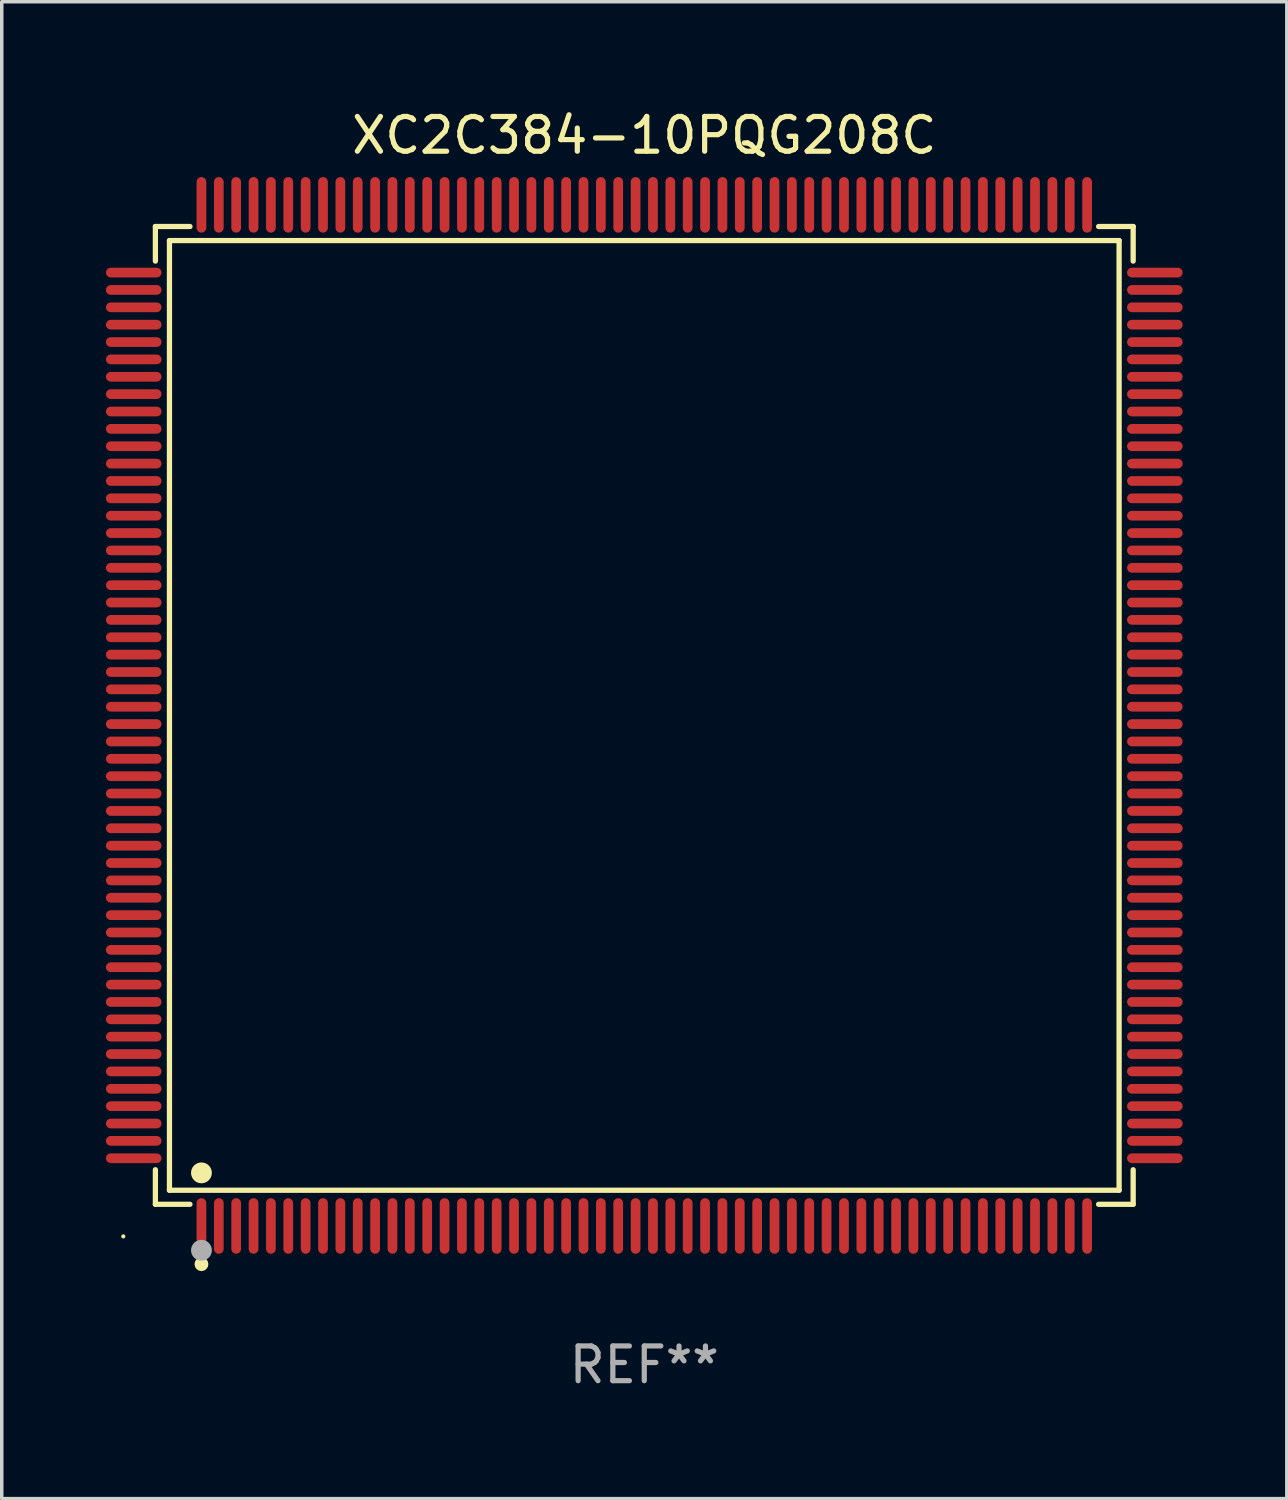
<source format=kicad_pcb>
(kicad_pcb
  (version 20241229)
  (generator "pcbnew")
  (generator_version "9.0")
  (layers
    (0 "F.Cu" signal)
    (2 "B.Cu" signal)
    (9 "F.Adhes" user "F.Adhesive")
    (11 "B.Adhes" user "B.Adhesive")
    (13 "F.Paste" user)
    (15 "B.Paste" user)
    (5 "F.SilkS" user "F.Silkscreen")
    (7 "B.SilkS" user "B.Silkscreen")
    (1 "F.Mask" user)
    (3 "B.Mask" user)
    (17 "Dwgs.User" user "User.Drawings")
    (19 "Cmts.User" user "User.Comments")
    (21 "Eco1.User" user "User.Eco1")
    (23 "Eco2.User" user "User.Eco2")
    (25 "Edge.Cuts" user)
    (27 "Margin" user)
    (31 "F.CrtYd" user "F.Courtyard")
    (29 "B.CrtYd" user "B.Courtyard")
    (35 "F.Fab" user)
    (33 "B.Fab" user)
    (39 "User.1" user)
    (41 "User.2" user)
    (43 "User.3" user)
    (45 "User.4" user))
  (footprint "XC2C384-10PQG208C"
    (layer "F.Cu")
    (at 15.5 17.548)
    (property "Reference" "XC2C384-10PQG208C" (at 0 -16.7 0) (layer "F.SilkS") (effects (font (size 1 1) (thickness 0.15))))
    (attr through_hole)
    (fp_line (start -14.076 -14.076) (end -13.081 -14.076) (stroke (width 0.152) (type solid)) (layer "F.SilkS"))
    (fp_line (start -14.076 -13.081) (end -14.076 -14.076) (stroke (width 0.152) (type solid)) (layer "F.SilkS"))
    (fp_line (start -14.076 13.081) (end -14.076 14.076) (stroke (width 0.152) (type solid)) (layer "F.SilkS"))
    (fp_line (start -14.076 14.076) (end -13.081 14.076) (stroke (width 0.152) (type solid)) (layer "F.SilkS"))
    (fp_line (start -13.671 -13.671) (end 13.671 -13.671) (stroke (width 0.152) (type solid)) (layer "F.SilkS"))
    (fp_line (start -13.671 13.671) (end -13.671 -13.671) (stroke (width 0.152) (type solid)) (layer "F.SilkS"))
    (fp_line (start 13.671 -13.671) (end 13.671 13.671) (stroke (width 0.152) (type solid)) (layer "F.SilkS"))
    (fp_line (start 13.671 13.671) (end -13.671 13.671) (stroke (width 0.152) (type solid)) (layer "F.SilkS"))
    (fp_line (start 14.076 -14.076) (end 13.081 -14.076) (stroke (width 0.152) (type solid)) (layer "F.SilkS"))
    (fp_line (start 14.076 -13.081) (end 14.076 -14.076) (stroke (width 0.152) (type solid)) (layer "F.SilkS"))
    (fp_line (start 14.076 13.081) (end 14.076 14.076) (stroke (width 0.152) (type solid)) (layer "F.SilkS"))
    (fp_line (start 14.076 14.076) (end 13.081 14.076) (stroke (width 0.152) (type solid)) (layer "F.SilkS"))
    (fp_circle (center -15 15) (end -14.97 15) (stroke (width 0.06) (type solid)) (fill no) (layer "F.SilkS"))
    (fp_circle (center -12.75 13.171) (end -12.6 13.171) (stroke (width 0.3) (type solid)) (fill no) (layer "F.SilkS"))
    (fp_circle (center -12.75 15.8) (end -12.65 15.8) (stroke (width 0.2) (type solid)) (fill no) (layer "F.SilkS"))
    (fp_circle (center -12.75 15.4) (end -12.6 15.4) (stroke (width 0.3) (type solid)) (fill no) (layer "F.Fab"))
    (fp_text user "REF**" (at 0 18.7 0) (layer "F.Fab") (effects (font (size 1 1) (thickness 0.15))))
    (pad "1" smd oval (at -12.75 14.7) (size 0.28 1.6) (layers "F.Cu" "F.Mask" "F.Paste"))
    (pad "2" smd oval (at -12.25 14.7) (size 0.28 1.6) (layers "F.Cu" "F.Mask" "F.Paste"))
    (pad "3" smd oval (at -11.75 14.7) (size 0.28 1.6) (layers "F.Cu" "F.Mask" "F.Paste"))
    (pad "4" smd oval (at -11.25 14.7) (size 0.28 1.6) (layers "F.Cu" "F.Mask" "F.Paste"))
    (pad "5" smd oval (at -10.75 14.7) (size 0.28 1.6) (layers "F.Cu" "F.Mask" "F.Paste"))
    (pad "6" smd oval (at -10.25 14.7) (size 0.28 1.6) (layers "F.Cu" "F.Mask" "F.Paste"))
    (pad "7" smd oval (at -9.75 14.7) (size 0.28 1.6) (layers "F.Cu" "F.Mask" "F.Paste"))
    (pad "8" smd oval (at -9.25 14.7) (size 0.28 1.6) (layers "F.Cu" "F.Mask" "F.Paste"))
    (pad "9" smd oval (at -8.75 14.7) (size 0.28 1.6) (layers "F.Cu" "F.Mask" "F.Paste"))
    (pad "10" smd oval (at -8.25 14.7) (size 0.28 1.6) (layers "F.Cu" "F.Mask" "F.Paste"))
    (pad "11" smd oval (at -7.75 14.7) (size 0.28 1.6) (layers "F.Cu" "F.Mask" "F.Paste"))
    (pad "12" smd oval (at -7.25 14.7) (size 0.28 1.6) (layers "F.Cu" "F.Mask" "F.Paste"))
    (pad "13" smd oval (at -6.75 14.7) (size 0.28 1.6) (layers "F.Cu" "F.Mask" "F.Paste"))
    (pad "14" smd oval (at -6.25 14.7) (size 0.28 1.6) (layers "F.Cu" "F.Mask" "F.Paste"))
    (pad "15" smd oval (at -5.75 14.7) (size 0.28 1.6) (layers "F.Cu" "F.Mask" "F.Paste"))
    (pad "16" smd oval (at -5.25 14.7) (size 0.28 1.6) (layers "F.Cu" "F.Mask" "F.Paste"))
    (pad "17" smd oval (at -4.75 14.7) (size 0.28 1.6) (layers "F.Cu" "F.Mask" "F.Paste"))
    (pad "18" smd oval (at -4.25 14.7) (size 0.28 1.6) (layers "F.Cu" "F.Mask" "F.Paste"))
    (pad "19" smd oval (at -3.75 14.7) (size 0.28 1.6) (layers "F.Cu" "F.Mask" "F.Paste"))
    (pad "20" smd oval (at -3.25 14.7) (size 0.28 1.6) (layers "F.Cu" "F.Mask" "F.Paste"))
    (pad "21" smd oval (at -2.75 14.7) (size 0.28 1.6) (layers "F.Cu" "F.Mask" "F.Paste"))
    (pad "22" smd oval (at -2.25 14.7) (size 0.28 1.6) (layers "F.Cu" "F.Mask" "F.Paste"))
    (pad "23" smd oval (at -1.75 14.7) (size 0.28 1.6) (layers "F.Cu" "F.Mask" "F.Paste"))
    (pad "24" smd oval (at -1.25 14.7) (size 0.28 1.6) (layers "F.Cu" "F.Mask" "F.Paste"))
    (pad "25" smd oval (at -0.75 14.7) (size 0.28 1.6) (layers "F.Cu" "F.Mask" "F.Paste"))
    (pad "26" smd oval (at -0.25 14.7) (size 0.28 1.6) (layers "F.Cu" "F.Mask" "F.Paste"))
    (pad "27" smd oval (at 0.25 14.7) (size 0.28 1.6) (layers "F.Cu" "F.Mask" "F.Paste"))
    (pad "28" smd oval (at 0.75 14.7) (size 0.28 1.6) (layers "F.Cu" "F.Mask" "F.Paste"))
    (pad "29" smd oval (at 1.25 14.7) (size 0.28 1.6) (layers "F.Cu" "F.Mask" "F.Paste"))
    (pad "30" smd oval (at 1.75 14.7) (size 0.28 1.6) (layers "F.Cu" "F.Mask" "F.Paste"))
    (pad "31" smd oval (at 2.25 14.7) (size 0.28 1.6) (layers "F.Cu" "F.Mask" "F.Paste"))
    (pad "32" smd oval (at 2.75 14.7) (size 0.28 1.6) (layers "F.Cu" "F.Mask" "F.Paste"))
    (pad "33" smd oval (at 3.25 14.7) (size 0.28 1.6) (layers "F.Cu" "F.Mask" "F.Paste"))
    (pad "34" smd oval (at 3.75 14.7) (size 0.28 1.6) (layers "F.Cu" "F.Mask" "F.Paste"))
    (pad "35" smd oval (at 4.25 14.7) (size 0.28 1.6) (layers "F.Cu" "F.Mask" "F.Paste"))
    (pad "36" smd oval (at 4.75 14.7) (size 0.28 1.6) (layers "F.Cu" "F.Mask" "F.Paste"))
    (pad "37" smd oval (at 5.25 14.7) (size 0.28 1.6) (layers "F.Cu" "F.Mask" "F.Paste"))
    (pad "38" smd oval (at 5.75 14.7) (size 0.28 1.6) (layers "F.Cu" "F.Mask" "F.Paste"))
    (pad "39" smd oval (at 6.25 14.7) (size 0.28 1.6) (layers "F.Cu" "F.Mask" "F.Paste"))
    (pad "40" smd oval (at 6.75 14.7) (size 0.28 1.6) (layers "F.Cu" "F.Mask" "F.Paste"))
    (pad "41" smd oval (at 7.25 14.7) (size 0.28 1.6) (layers "F.Cu" "F.Mask" "F.Paste"))
    (pad "42" smd oval (at 7.75 14.7) (size 0.28 1.6) (layers "F.Cu" "F.Mask" "F.Paste"))
    (pad "43" smd oval (at 8.25 14.7) (size 0.28 1.6) (layers "F.Cu" "F.Mask" "F.Paste"))
    (pad "44" smd oval (at 8.75 14.7) (size 0.28 1.6) (layers "F.Cu" "F.Mask" "F.Paste"))
    (pad "45" smd oval (at 9.25 14.7) (size 0.28 1.6) (layers "F.Cu" "F.Mask" "F.Paste"))
    (pad "46" smd oval (at 9.75 14.7) (size 0.28 1.6) (layers "F.Cu" "F.Mask" "F.Paste"))
    (pad "47" smd oval (at 10.25 14.7) (size 0.28 1.6) (layers "F.Cu" "F.Mask" "F.Paste"))
    (pad "48" smd oval (at 10.75 14.7) (size 0.28 1.6) (layers "F.Cu" "F.Mask" "F.Paste"))
    (pad "49" smd oval (at 11.25 14.7) (size 0.28 1.6) (layers "F.Cu" "F.Mask" "F.Paste"))
    (pad "50" smd oval (at 11.75 14.7) (size 0.28 1.6) (layers "F.Cu" "F.Mask" "F.Paste"))
    (pad "51" smd oval (at 12.25 14.7) (size 0.28 1.6) (layers "F.Cu" "F.Mask" "F.Paste"))
    (pad "52" smd oval (at 12.75 14.7) (size 0.28 1.6) (layers "F.Cu" "F.Mask" "F.Paste"))
    (pad "53" smd oval (at 14.7 12.75) (size 1.6 0.28) (layers "F.Cu" "F.Mask" "F.Paste"))
    (pad "54" smd oval (at 14.7 12.25) (size 1.6 0.28) (layers "F.Cu" "F.Mask" "F.Paste"))
    (pad "55" smd oval (at 14.7 11.75) (size 1.6 0.28) (layers "F.Cu" "F.Mask" "F.Paste"))
    (pad "56" smd oval (at 14.7 11.25) (size 1.6 0.28) (layers "F.Cu" "F.Mask" "F.Paste"))
    (pad "57" smd oval (at 14.7 10.75) (size 1.6 0.28) (layers "F.Cu" "F.Mask" "F.Paste"))
    (pad "58" smd oval (at 14.7 10.25) (size 1.6 0.28) (layers "F.Cu" "F.Mask" "F.Paste"))
    (pad "59" smd oval (at 14.7 9.75) (size 1.6 0.28) (layers "F.Cu" "F.Mask" "F.Paste"))
    (pad "60" smd oval (at 14.7 9.25) (size 1.6 0.28) (layers "F.Cu" "F.Mask" "F.Paste"))
    (pad "61" smd oval (at 14.7 8.75) (size 1.6 0.28) (layers "F.Cu" "F.Mask" "F.Paste"))
    (pad "62" smd oval (at 14.7 8.25) (size 1.6 0.28) (layers "F.Cu" "F.Mask" "F.Paste"))
    (pad "63" smd oval (at 14.7 7.75) (size 1.6 0.28) (layers "F.Cu" "F.Mask" "F.Paste"))
    (pad "64" smd oval (at 14.7 7.25) (size 1.6 0.28) (layers "F.Cu" "F.Mask" "F.Paste"))
    (pad "65" smd oval (at 14.7 6.75) (size 1.6 0.28) (layers "F.Cu" "F.Mask" "F.Paste"))
    (pad "66" smd oval (at 14.7 6.25) (size 1.6 0.28) (layers "F.Cu" "F.Mask" "F.Paste"))
    (pad "67" smd oval (at 14.7 5.75) (size 1.6 0.28) (layers "F.Cu" "F.Mask" "F.Paste"))
    (pad "68" smd oval (at 14.7 5.25) (size 1.6 0.28) (layers "F.Cu" "F.Mask" "F.Paste"))
    (pad "69" smd oval (at 14.7 4.75) (size 1.6 0.28) (layers "F.Cu" "F.Mask" "F.Paste"))
    (pad "70" smd oval (at 14.7 4.25) (size 1.6 0.28) (layers "F.Cu" "F.Mask" "F.Paste"))
    (pad "71" smd oval (at 14.7 3.75) (size 1.6 0.28) (layers "F.Cu" "F.Mask" "F.Paste"))
    (pad "72" smd oval (at 14.7 3.25) (size 1.6 0.28) (layers "F.Cu" "F.Mask" "F.Paste"))
    (pad "73" smd oval (at 14.7 2.75) (size 1.6 0.28) (layers "F.Cu" "F.Mask" "F.Paste"))
    (pad "74" smd oval (at 14.7 2.25) (size 1.6 0.28) (layers "F.Cu" "F.Mask" "F.Paste"))
    (pad "75" smd oval (at 14.7 1.75) (size 1.6 0.28) (layers "F.Cu" "F.Mask" "F.Paste"))
    (pad "76" smd oval (at 14.7 1.25) (size 1.6 0.28) (layers "F.Cu" "F.Mask" "F.Paste"))
    (pad "77" smd oval (at 14.7 0.75) (size 1.6 0.28) (layers "F.Cu" "F.Mask" "F.Paste"))
    (pad "78" smd oval (at 14.7 0.25) (size 1.6 0.28) (layers "F.Cu" "F.Mask" "F.Paste"))
    (pad "79" smd oval (at 14.7 -0.25) (size 1.6 0.28) (layers "F.Cu" "F.Mask" "F.Paste"))
    (pad "80" smd oval (at 14.7 -0.75) (size 1.6 0.28) (layers "F.Cu" "F.Mask" "F.Paste"))
    (pad "81" smd oval (at 14.7 -1.25) (size 1.6 0.28) (layers "F.Cu" "F.Mask" "F.Paste"))
    (pad "82" smd oval (at 14.7 -1.75) (size 1.6 0.28) (layers "F.Cu" "F.Mask" "F.Paste"))
    (pad "83" smd oval (at 14.7 -2.25) (size 1.6 0.28) (layers "F.Cu" "F.Mask" "F.Paste"))
    (pad "84" smd oval (at 14.7 -2.75) (size 1.6 0.28) (layers "F.Cu" "F.Mask" "F.Paste"))
    (pad "85" smd oval (at 14.7 -3.25) (size 1.6 0.28) (layers "F.Cu" "F.Mask" "F.Paste"))
    (pad "86" smd oval (at 14.7 -3.75) (size 1.6 0.28) (layers "F.Cu" "F.Mask" "F.Paste"))
    (pad "87" smd oval (at 14.7 -4.25) (size 1.6 0.28) (layers "F.Cu" "F.Mask" "F.Paste"))
    (pad "88" smd oval (at 14.7 -4.75) (size 1.6 0.28) (layers "F.Cu" "F.Mask" "F.Paste"))
    (pad "89" smd oval (at 14.7 -5.25) (size 1.6 0.28) (layers "F.Cu" "F.Mask" "F.Paste"))
    (pad "90" smd oval (at 14.7 -5.75) (size 1.6 0.28) (layers "F.Cu" "F.Mask" "F.Paste"))
    (pad "91" smd oval (at 14.7 -6.25) (size 1.6 0.28) (layers "F.Cu" "F.Mask" "F.Paste"))
    (pad "92" smd oval (at 14.7 -6.75) (size 1.6 0.28) (layers "F.Cu" "F.Mask" "F.Paste"))
    (pad "93" smd oval (at 14.7 -7.25) (size 1.6 0.28) (layers "F.Cu" "F.Mask" "F.Paste"))
    (pad "94" smd oval (at 14.7 -7.75) (size 1.6 0.28) (layers "F.Cu" "F.Mask" "F.Paste"))
    (pad "95" smd oval (at 14.7 -8.25) (size 1.6 0.28) (layers "F.Cu" "F.Mask" "F.Paste"))
    (pad "96" smd oval (at 14.7 -8.75) (size 1.6 0.28) (layers "F.Cu" "F.Mask" "F.Paste"))
    (pad "97" smd oval (at 14.7 -9.25) (size 1.6 0.28) (layers "F.Cu" "F.Mask" "F.Paste"))
    (pad "98" smd oval (at 14.7 -9.75) (size 1.6 0.28) (layers "F.Cu" "F.Mask" "F.Paste"))
    (pad "99" smd oval (at 14.7 -10.25) (size 1.6 0.28) (layers "F.Cu" "F.Mask" "F.Paste"))
    (pad "100" smd oval (at 14.7 -10.75) (size 1.6 0.28) (layers "F.Cu" "F.Mask" "F.Paste"))
    (pad "101" smd oval (at 14.7 -11.25) (size 1.6 0.28) (layers "F.Cu" "F.Mask" "F.Paste"))
    (pad "102" smd oval (at 14.7 -11.75) (size 1.6 0.28) (layers "F.Cu" "F.Mask" "F.Paste"))
    (pad "103" smd oval (at 14.7 -12.25) (size 1.6 0.28) (layers "F.Cu" "F.Mask" "F.Paste"))
    (pad "104" smd oval (at 14.7 -12.75) (size 1.6 0.28) (layers "F.Cu" "F.Mask" "F.Paste"))
    (pad "105" smd oval (at 12.75 -14.7) (size 0.28 1.6) (layers "F.Cu" "F.Mask" "F.Paste"))
    (pad "106" smd oval (at 12.25 -14.7) (size 0.28 1.6) (layers "F.Cu" "F.Mask" "F.Paste"))
    (pad "107" smd oval (at 11.75 -14.7) (size 0.28 1.6) (layers "F.Cu" "F.Mask" "F.Paste"))
    (pad "108" smd oval (at 11.25 -14.7) (size 0.28 1.6) (layers "F.Cu" "F.Mask" "F.Paste"))
    (pad "109" smd oval (at 10.75 -14.7) (size 0.28 1.6) (layers "F.Cu" "F.Mask" "F.Paste"))
    (pad "110" smd oval (at 10.25 -14.7) (size 0.28 1.6) (layers "F.Cu" "F.Mask" "F.Paste"))
    (pad "111" smd oval (at 9.75 -14.7) (size 0.28 1.6) (layers "F.Cu" "F.Mask" "F.Paste"))
    (pad "112" smd oval (at 9.25 -14.7) (size 0.28 1.6) (layers "F.Cu" "F.Mask" "F.Paste"))
    (pad "113" smd oval (at 8.75 -14.7) (size 0.28 1.6) (layers "F.Cu" "F.Mask" "F.Paste"))
    (pad "114" smd oval (at 8.25 -14.7) (size 0.28 1.6) (layers "F.Cu" "F.Mask" "F.Paste"))
    (pad "115" smd oval (at 7.75 -14.7) (size 0.28 1.6) (layers "F.Cu" "F.Mask" "F.Paste"))
    (pad "116" smd oval (at 7.25 -14.7) (size 0.28 1.6) (layers "F.Cu" "F.Mask" "F.Paste"))
    (pad "117" smd oval (at 6.75 -14.7) (size 0.28 1.6) (layers "F.Cu" "F.Mask" "F.Paste"))
    (pad "118" smd oval (at 6.25 -14.7) (size 0.28 1.6) (layers "F.Cu" "F.Mask" "F.Paste"))
    (pad "119" smd oval (at 5.75 -14.7) (size 0.28 1.6) (layers "F.Cu" "F.Mask" "F.Paste"))
    (pad "120" smd oval (at 5.25 -14.7) (size 0.28 1.6) (layers "F.Cu" "F.Mask" "F.Paste"))
    (pad "121" smd oval (at 4.75 -14.7) (size 0.28 1.6) (layers "F.Cu" "F.Mask" "F.Paste"))
    (pad "122" smd oval (at 4.25 -14.7) (size 0.28 1.6) (layers "F.Cu" "F.Mask" "F.Paste"))
    (pad "123" smd oval (at 3.75 -14.7) (size 0.28 1.6) (layers "F.Cu" "F.Mask" "F.Paste"))
    (pad "124" smd oval (at 3.25 -14.7) (size 0.28 1.6) (layers "F.Cu" "F.Mask" "F.Paste"))
    (pad "125" smd oval (at 2.75 -14.7) (size 0.28 1.6) (layers "F.Cu" "F.Mask" "F.Paste"))
    (pad "126" smd oval (at 2.25 -14.7) (size 0.28 1.6) (layers "F.Cu" "F.Mask" "F.Paste"))
    (pad "127" smd oval (at 1.75 -14.7) (size 0.28 1.6) (layers "F.Cu" "F.Mask" "F.Paste"))
    (pad "128" smd oval (at 1.25 -14.7) (size 0.28 1.6) (layers "F.Cu" "F.Mask" "F.Paste"))
    (pad "129" smd oval (at 0.75 -14.7) (size 0.28 1.6) (layers "F.Cu" "F.Mask" "F.Paste"))
    (pad "130" smd oval (at 0.25 -14.7) (size 0.28 1.6) (layers "F.Cu" "F.Mask" "F.Paste"))
    (pad "131" smd oval (at -0.25 -14.7) (size 0.28 1.6) (layers "F.Cu" "F.Mask" "F.Paste"))
    (pad "132" smd oval (at -0.75 -14.7) (size 0.28 1.6) (layers "F.Cu" "F.Mask" "F.Paste"))
    (pad "133" smd oval (at -1.25 -14.7) (size 0.28 1.6) (layers "F.Cu" "F.Mask" "F.Paste"))
    (pad "134" smd oval (at -1.75 -14.7) (size 0.28 1.6) (layers "F.Cu" "F.Mask" "F.Paste"))
    (pad "135" smd oval (at -2.25 -14.7) (size 0.28 1.6) (layers "F.Cu" "F.Mask" "F.Paste"))
    (pad "136" smd oval (at -2.75 -14.7) (size 0.28 1.6) (layers "F.Cu" "F.Mask" "F.Paste"))
    (pad "137" smd oval (at -3.25 -14.7) (size 0.28 1.6) (layers "F.Cu" "F.Mask" "F.Paste"))
    (pad "138" smd oval (at -3.75 -14.7) (size 0.28 1.6) (layers "F.Cu" "F.Mask" "F.Paste"))
    (pad "139" smd oval (at -4.25 -14.7) (size 0.28 1.6) (layers "F.Cu" "F.Mask" "F.Paste"))
    (pad "140" smd oval (at -4.75 -14.7) (size 0.28 1.6) (layers "F.Cu" "F.Mask" "F.Paste"))
    (pad "141" smd oval (at -5.25 -14.7) (size 0.28 1.6) (layers "F.Cu" "F.Mask" "F.Paste"))
    (pad "142" smd oval (at -5.75 -14.7) (size 0.28 1.6) (layers "F.Cu" "F.Mask" "F.Paste"))
    (pad "143" smd oval (at -6.25 -14.7) (size 0.28 1.6) (layers "F.Cu" "F.Mask" "F.Paste"))
    (pad "144" smd oval (at -6.75 -14.7) (size 0.28 1.6) (layers "F.Cu" "F.Mask" "F.Paste"))
    (pad "145" smd oval (at -7.25 -14.7) (size 0.28 1.6) (layers "F.Cu" "F.Mask" "F.Paste"))
    (pad "146" smd oval (at -7.75 -14.7) (size 0.28 1.6) (layers "F.Cu" "F.Mask" "F.Paste"))
    (pad "147" smd oval (at -8.25 -14.7) (size 0.28 1.6) (layers "F.Cu" "F.Mask" "F.Paste"))
    (pad "148" smd oval (at -8.75 -14.7) (size 0.28 1.6) (layers "F.Cu" "F.Mask" "F.Paste"))
    (pad "149" smd oval (at -9.25 -14.7) (size 0.28 1.6) (layers "F.Cu" "F.Mask" "F.Paste"))
    (pad "150" smd oval (at -9.75 -14.7) (size 0.28 1.6) (layers "F.Cu" "F.Mask" "F.Paste"))
    (pad "151" smd oval (at -10.25 -14.7) (size 0.28 1.6) (layers "F.Cu" "F.Mask" "F.Paste"))
    (pad "152" smd oval (at -10.75 -14.7) (size 0.28 1.6) (layers "F.Cu" "F.Mask" "F.Paste"))
    (pad "153" smd oval (at -11.25 -14.7) (size 0.28 1.6) (layers "F.Cu" "F.Mask" "F.Paste"))
    (pad "154" smd oval (at -11.75 -14.7) (size 0.28 1.6) (layers "F.Cu" "F.Mask" "F.Paste"))
    (pad "155" smd oval (at -12.25 -14.7) (size 0.28 1.6) (layers "F.Cu" "F.Mask" "F.Paste"))
    (pad "156" smd oval (at -12.75 -14.7) (size 0.28 1.6) (layers "F.Cu" "F.Mask" "F.Paste"))
    (pad "157" smd oval (at -14.7 -12.75) (size 1.6 0.28) (layers "F.Cu" "F.Mask" "F.Paste"))
    (pad "158" smd oval (at -14.7 -12.25) (size 1.6 0.28) (layers "F.Cu" "F.Mask" "F.Paste"))
    (pad "159" smd oval (at -14.7 -11.75) (size 1.6 0.28) (layers "F.Cu" "F.Mask" "F.Paste"))
    (pad "160" smd oval (at -14.7 -11.25) (size 1.6 0.28) (layers "F.Cu" "F.Mask" "F.Paste"))
    (pad "161" smd oval (at -14.7 -10.75) (size 1.6 0.28) (layers "F.Cu" "F.Mask" "F.Paste"))
    (pad "162" smd oval (at -14.7 -10.25) (size 1.6 0.28) (layers "F.Cu" "F.Mask" "F.Paste"))
    (pad "163" smd oval (at -14.7 -9.75) (size 1.6 0.28) (layers "F.Cu" "F.Mask" "F.Paste"))
    (pad "164" smd oval (at -14.7 -9.25) (size 1.6 0.28) (layers "F.Cu" "F.Mask" "F.Paste"))
    (pad "165" smd oval (at -14.7 -8.75) (size 1.6 0.28) (layers "F.Cu" "F.Mask" "F.Paste"))
    (pad "166" smd oval (at -14.7 -8.25) (size 1.6 0.28) (layers "F.Cu" "F.Mask" "F.Paste"))
    (pad "167" smd oval (at -14.7 -7.75) (size 1.6 0.28) (layers "F.Cu" "F.Mask" "F.Paste"))
    (pad "168" smd oval (at -14.7 -7.25) (size 1.6 0.28) (layers "F.Cu" "F.Mask" "F.Paste"))
    (pad "169" smd oval (at -14.7 -6.75) (size 1.6 0.28) (layers "F.Cu" "F.Mask" "F.Paste"))
    (pad "170" smd oval (at -14.7 -6.25) (size 1.6 0.28) (layers "F.Cu" "F.Mask" "F.Paste"))
    (pad "171" smd oval (at -14.7 -5.75) (size 1.6 0.28) (layers "F.Cu" "F.Mask" "F.Paste"))
    (pad "172" smd oval (at -14.7 -5.25) (size 1.6 0.28) (layers "F.Cu" "F.Mask" "F.Paste"))
    (pad "173" smd oval (at -14.7 -4.75) (size 1.6 0.28) (layers "F.Cu" "F.Mask" "F.Paste"))
    (pad "174" smd oval (at -14.7 -4.25) (size 1.6 0.28) (layers "F.Cu" "F.Mask" "F.Paste"))
    (pad "175" smd oval (at -14.7 -3.75) (size 1.6 0.28) (layers "F.Cu" "F.Mask" "F.Paste"))
    (pad "176" smd oval (at -14.7 -3.25) (size 1.6 0.28) (layers "F.Cu" "F.Mask" "F.Paste"))
    (pad "177" smd oval (at -14.7 -2.75) (size 1.6 0.28) (layers "F.Cu" "F.Mask" "F.Paste"))
    (pad "178" smd oval (at -14.7 -2.25) (size 1.6 0.28) (layers "F.Cu" "F.Mask" "F.Paste"))
    (pad "179" smd oval (at -14.7 -1.75) (size 1.6 0.28) (layers "F.Cu" "F.Mask" "F.Paste"))
    (pad "180" smd oval (at -14.7 -1.25) (size 1.6 0.28) (layers "F.Cu" "F.Mask" "F.Paste"))
    (pad "181" smd oval (at -14.7 -0.75) (size 1.6 0.28) (layers "F.Cu" "F.Mask" "F.Paste"))
    (pad "182" smd oval (at -14.7 -0.25) (size 1.6 0.28) (layers "F.Cu" "F.Mask" "F.Paste"))
    (pad "183" smd oval (at -14.7 0.25) (size 1.6 0.28) (layers "F.Cu" "F.Mask" "F.Paste"))
    (pad "184" smd oval (at -14.7 0.75) (size 1.6 0.28) (layers "F.Cu" "F.Mask" "F.Paste"))
    (pad "185" smd oval (at -14.7 1.25) (size 1.6 0.28) (layers "F.Cu" "F.Mask" "F.Paste"))
    (pad "186" smd oval (at -14.7 1.75) (size 1.6 0.28) (layers "F.Cu" "F.Mask" "F.Paste"))
    (pad "187" smd oval (at -14.7 2.25) (size 1.6 0.28) (layers "F.Cu" "F.Mask" "F.Paste"))
    (pad "188" smd oval (at -14.7 2.75) (size 1.6 0.28) (layers "F.Cu" "F.Mask" "F.Paste"))
    (pad "189" smd oval (at -14.7 3.25) (size 1.6 0.28) (layers "F.Cu" "F.Mask" "F.Paste"))
    (pad "190" smd oval (at -14.7 3.75) (size 1.6 0.28) (layers "F.Cu" "F.Mask" "F.Paste"))
    (pad "191" smd oval (at -14.7 4.25) (size 1.6 0.28) (layers "F.Cu" "F.Mask" "F.Paste"))
    (pad "192" smd oval (at -14.7 4.75) (size 1.6 0.28) (layers "F.Cu" "F.Mask" "F.Paste"))
    (pad "193" smd oval (at -14.7 5.25) (size 1.6 0.28) (layers "F.Cu" "F.Mask" "F.Paste"))
    (pad "194" smd oval (at -14.7 5.75) (size 1.6 0.28) (layers "F.Cu" "F.Mask" "F.Paste"))
    (pad "195" smd oval (at -14.7 6.25) (size 1.6 0.28) (layers "F.Cu" "F.Mask" "F.Paste"))
    (pad "196" smd oval (at -14.7 6.75) (size 1.6 0.28) (layers "F.Cu" "F.Mask" "F.Paste"))
    (pad "197" smd oval (at -14.7 7.25) (size 1.6 0.28) (layers "F.Cu" "F.Mask" "F.Paste"))
    (pad "198" smd oval (at -14.7 7.75) (size 1.6 0.28) (layers "F.Cu" "F.Mask" "F.Paste"))
    (pad "199" smd oval (at -14.7 8.25) (size 1.6 0.28) (layers "F.Cu" "F.Mask" "F.Paste"))
    (pad "200" smd oval (at -14.7 8.75) (size 1.6 0.28) (layers "F.Cu" "F.Mask" "F.Paste"))
    (pad "201" smd oval (at -14.7 9.25) (size 1.6 0.28) (layers "F.Cu" "F.Mask" "F.Paste"))
    (pad "202" smd oval (at -14.7 9.75) (size 1.6 0.28) (layers "F.Cu" "F.Mask" "F.Paste"))
    (pad "203" smd oval (at -14.7 10.25) (size 1.6 0.28) (layers "F.Cu" "F.Mask" "F.Paste"))
    (pad "204" smd oval (at -14.7 10.75) (size 1.6 0.28) (layers "F.Cu" "F.Mask" "F.Paste"))
    (pad "205" smd oval (at -14.7 11.25) (size 1.6 0.28) (layers "F.Cu" "F.Mask" "F.Paste"))
    (pad "206" smd oval (at -14.7 11.75) (size 1.6 0.28) (layers "F.Cu" "F.Mask" "F.Paste"))
    (pad "207" smd oval (at -14.7 12.25) (size 1.6 0.28) (layers "F.Cu" "F.Mask" "F.Paste"))
    (pad "208" smd oval (at -14.7 12.75) (size 1.6 0.28) (layers "F.Cu" "F.Mask" "F.Paste")))
  (gr_rect
    (start -3 -3)
    (end 34 40.097)
    (stroke (width 0.1) (type default))
    (fill no)
    (layer "Edge.Cuts")))
</source>
